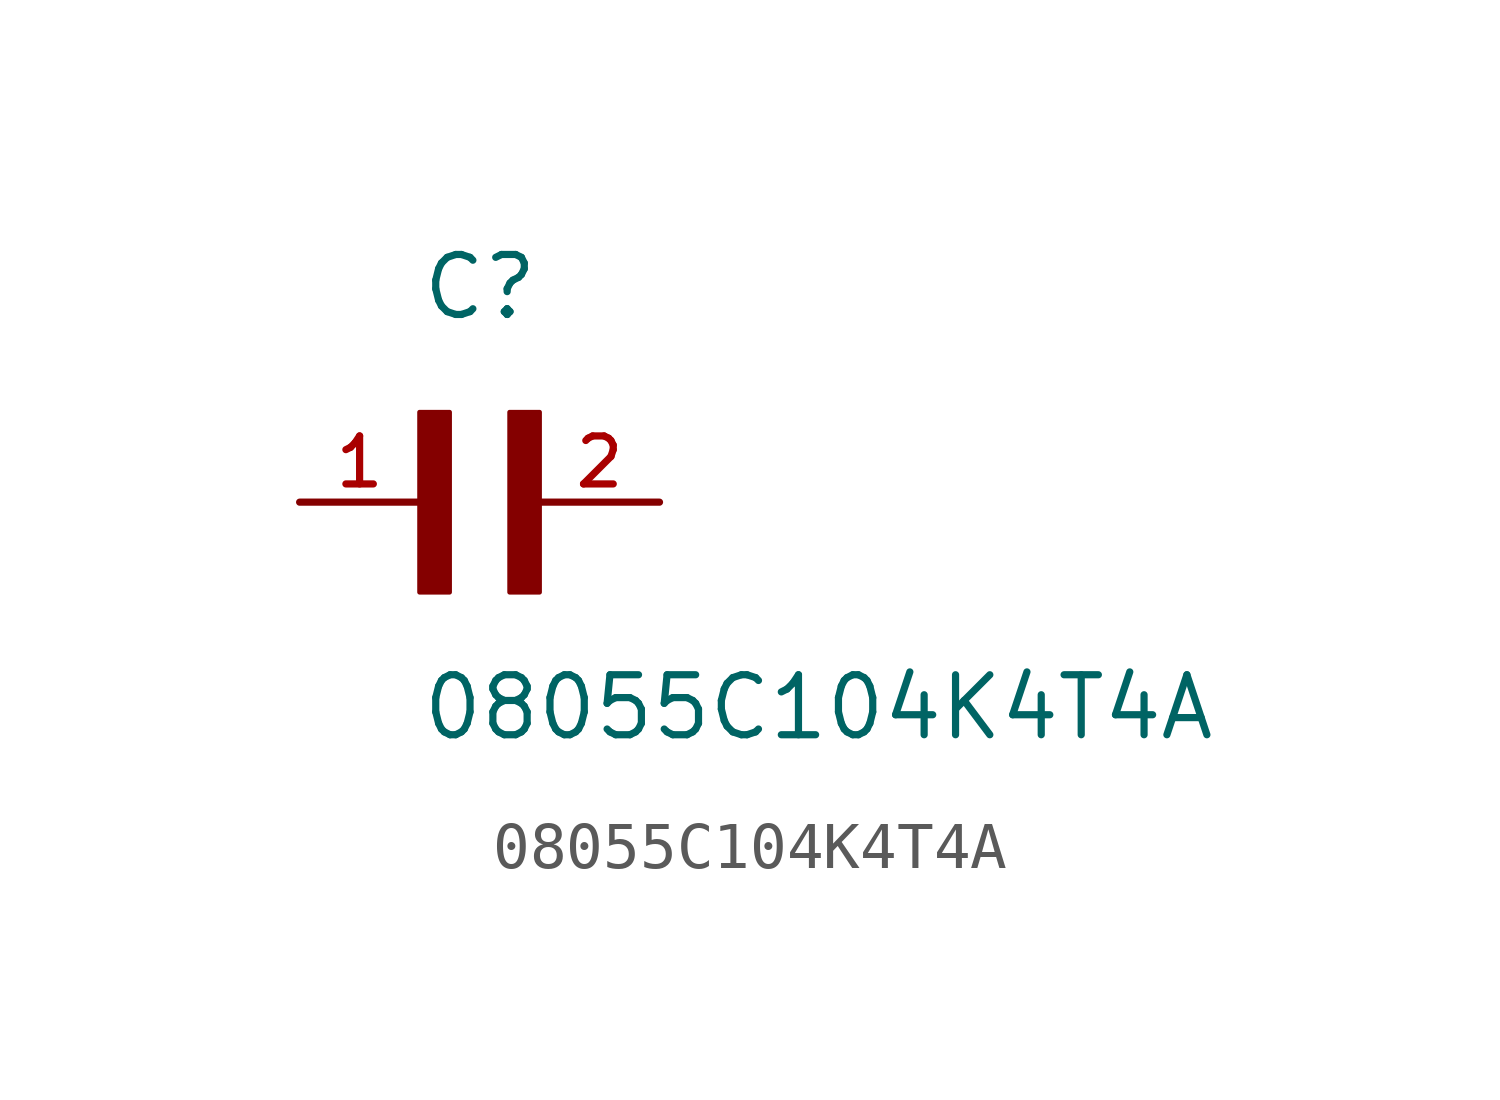
<source format=kicad_sym>
(kicad_symbol_lib
  (version 20211014)
  (generator kicad_symbol_editor)
  (symbol "08055C104K4T4A"
    (pin_names
      (offset 1.016))
    (property "Reference" "C"
      (at 0.0 3.811 0)
      (effects (font (size 1.27 1.27)) (justify bottom left)))
    (property "Value" "08055C104K4T4A"
      (at 0.0 -5.088 0)
      (effects (font (size 1.27 1.27)) (justify bottom left)))
    (symbol "08055C104K4T4A_0_0"
      (rectangle (start 0.0 -1.907) (end 0.635 1.905) (stroke (width 0.1)) (fill (type outline)))
      (rectangle (start 1.907 -1.907) (end 2.54 1.905) (stroke (width 0.1)) (fill (type outline)))
      (pin passive line (at 5.08 0.0 180.0) (length 2.54) (name "~" (effects (font (size 1.016 1.016)))) (number "2" (effects (font (size 1.016 1.016)))))
      (pin passive line (at -2.54 0.0 0) (length 2.54) (name "~" (effects (font (size 1.016 1.016)))) (number "1" (effects (font (size 1.016 1.016))))))))
</source>
